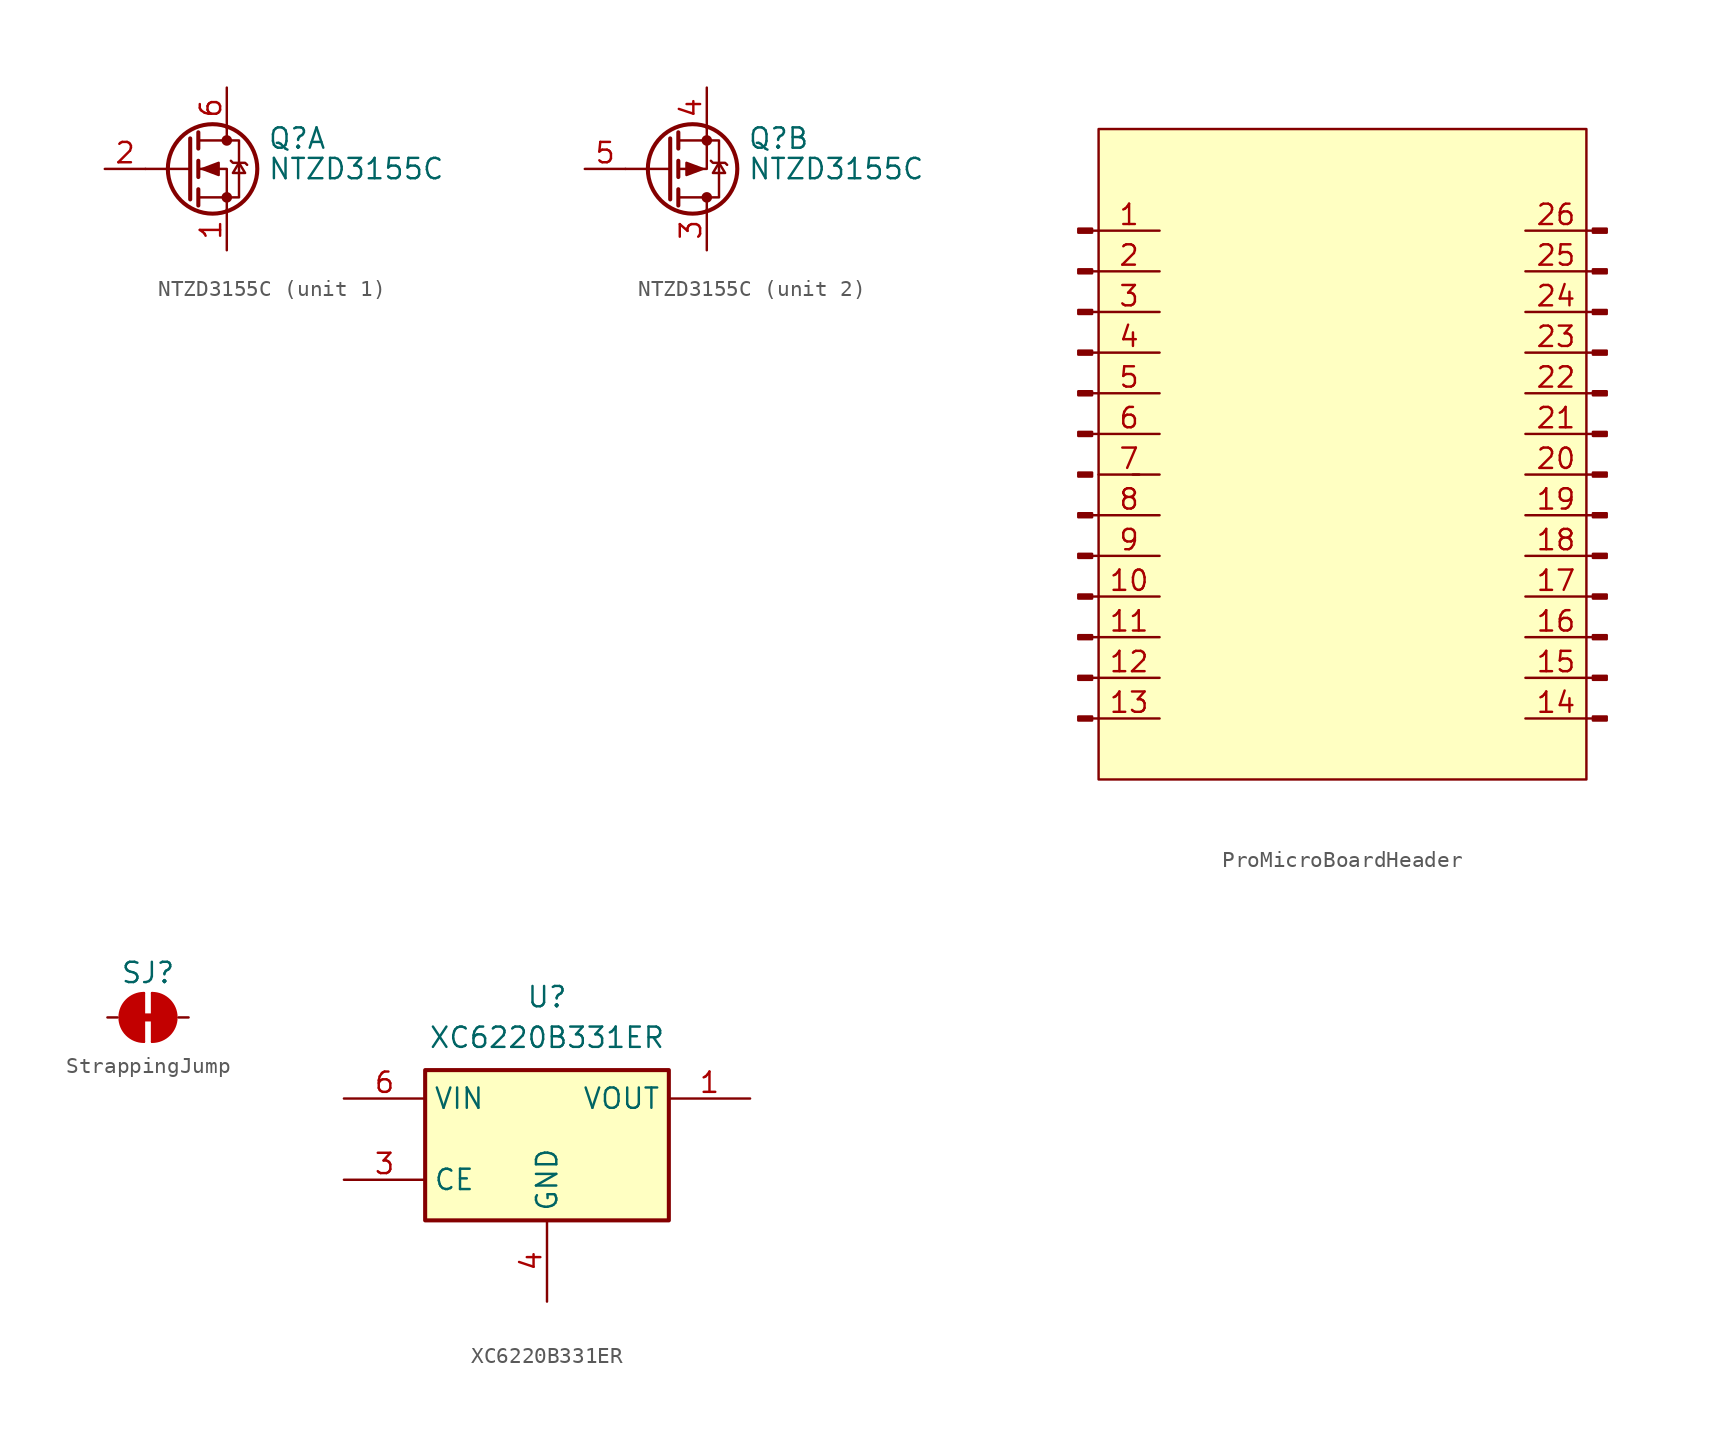
<source format=kicad_sym>
(kicad_symbol_lib
  (version 20241209)
  (generator "kicad_symbol_editor")
  (generator_version "9.0")
  (symbol "NTZD3155C"
    (pin_names
      (hide yes))
    (property "Reference" "Q"
      (at 5.08 1.905 0)
      (effects (font (size 1.27 1.27)) (justify left)))
    (property "Value" "NTZD3155C"
      (at 5.08 0 0)
      (effects (font (size 1.27 1.27)) (justify left)))
    (symbol "NTZD3155C_1_1"
      (polyline (pts (xy 0.254 0) (xy -2.54 0)) (stroke (width 0) (type default)) (fill (type none)))
      (polyline (pts (xy 0.254 -1.905) (xy 0.254 1.905)) (stroke (width 0.254) (type default)) (fill (type none)))
      (polyline (pts (xy 0.762 1.778) (xy 3.302 1.778) (xy 3.302 -1.778) (xy 0.762 -1.778)) (stroke (width 0) (type default)) (fill (type none)))
      (polyline (pts (xy 0.762 1.27) (xy 0.762 2.286)) (stroke (width 0.254) (type default)) (fill (type none)))
      (polyline (pts (xy 0.762 -0.508) (xy 0.762 0.508)) (stroke (width 0.254) (type default)) (fill (type none)))
      (polyline (pts (xy 0.762 -2.286) (xy 0.762 -1.27)) (stroke (width 0.254) (type default)) (fill (type none)))
      (polyline (pts (xy 1.016 0) (xy 2.032 -0.381) (xy 2.032 0.381) (xy 1.016 0)) (stroke (width 0) (type default)) (fill (type outline)))
      (circle (center 1.651 0) (radius 2.794) (stroke (width 0.254) (type default)) (fill (type none)))
      (polyline (pts (xy 2.54 1.905) (xy 2.54 2.54)) (stroke (width 0) (type default)) (fill (type none)))
      (circle (center 2.54 1.778) (radius 0.254) (stroke (width 0) (type default)) (fill (type outline)))
      (circle (center 2.54 -1.778) (radius 0.254) (stroke (width 0) (type default)) (fill (type outline)))
      (polyline (pts (xy 2.54 -2.54) (xy 2.54 0) (xy 0.762 0)) (stroke (width 0) (type default)) (fill (type none)))
      (polyline (pts (xy 2.794 0.508) (xy 2.921 0.381) (xy 3.683 0.381) (xy 3.81 0.254)) (stroke (width 0) (type default)) (fill (type none)))
      (polyline (pts (xy 3.302 0.381) (xy 2.921 -0.254) (xy 3.683 -0.254) (xy 3.302 0.381)) (stroke (width 0) (type default)) (fill (type none)))
      (pin input line (at -5.08 0 0) (length 2.54) (name "GN" (effects (font (size 1.27 1.27)))) (number "2" (effects (font (size 1.27 1.27)))))
      (pin passive line (at 2.54 5.08 270) (length 2.54) (name "DN" (effects (font (size 1.27 1.27)))) (number "6" (effects (font (size 1.27 1.27)))))
      (pin passive line (at 2.54 -5.08 90) (length 2.54) (name "SN" (effects (font (size 1.27 1.27)))) (number "1" (effects (font (size 1.27 1.27))))))
    (symbol "NTZD3155C_2_1"
      (polyline (pts (xy 0.254 1.905) (xy 0.254 -1.905)) (stroke (width 0.254) (type default)) (fill (type none)))
      (polyline (pts (xy 0.254 0) (xy -2.54 0)) (stroke (width 0) (type default)) (fill (type none)))
      (polyline (pts (xy 0.762 2.286) (xy 0.762 1.27)) (stroke (width 0.254) (type default)) (fill (type none)))
      (polyline (pts (xy 0.762 0.508) (xy 0.762 -0.508)) (stroke (width 0.254) (type default)) (fill (type none)))
      (polyline (pts (xy 0.762 -1.27) (xy 0.762 -2.286)) (stroke (width 0.254) (type default)) (fill (type none)))
      (polyline (pts (xy 0.762 -1.778) (xy 3.302 -1.778) (xy 3.302 1.778) (xy 0.762 1.778)) (stroke (width 0) (type default)) (fill (type none)))
      (circle (center 1.651 0) (radius 2.794) (stroke (width 0.254) (type default)) (fill (type none)))
      (polyline (pts (xy 2.286 0) (xy 1.27 -0.381) (xy 1.27 0.381) (xy 2.286 0)) (stroke (width 0) (type default)) (fill (type outline)))
      (polyline (pts (xy 2.54 2.54) (xy 2.54 0) (xy 0.762 0)) (stroke (width 0) (type default)) (fill (type none)))
      (circle (center 2.54 1.778) (radius 0.254) (stroke (width 0) (type default)) (fill (type outline)))
      (circle (center 2.54 -1.778) (radius 0.254) (stroke (width 0) (type default)) (fill (type outline)))
      (polyline (pts (xy 2.54 -1.905) (xy 2.54 -2.54)) (stroke (width 0) (type default)) (fill (type none)))
      (polyline (pts (xy 2.794 0.508) (xy 2.921 0.381) (xy 3.683 0.381) (xy 3.81 0.254)) (stroke (width 0) (type default)) (fill (type none)))
      (polyline (pts (xy 3.302 0.381) (xy 2.921 -0.254) (xy 3.683 -0.254) (xy 3.302 0.381)) (stroke (width 0) (type default)) (fill (type none)))
      (pin input line (at -5.08 0 0) (length 2.54) (name "GP" (effects (font (size 1.27 1.27)))) (number "5" (effects (font (size 1.27 1.27)))))
      (pin passive line (at 2.54 5.08 270) (length 2.54) (name "SP" (effects (font (size 1.27 1.27)))) (number "4" (effects (font (size 1.27 1.27)))))
      (pin passive line (at 2.54 -5.08 90) (length 2.54) (name "DP" (effects (font (size 1.27 1.27)))) (number "3" (effects (font (size 1.27 1.27)))))))
  (symbol "ProMicroBoardHeader"
    (pin_names
      (hide yes))
    (property "Reference" "BP"
      (at 0 0 0)
      (effects (font (size 1.27 1.27)) (hide yes)))
    (symbol "ProMicroBoardHeader_1_1"
      (rectangle (start -15.646 14.097) (end -16.51 13.843) (stroke (width 0.152) (type default)) (fill (type outline)))
      (rectangle (start -15.646 11.557) (end -16.51 11.303) (stroke (width 0.152) (type default)) (fill (type outline)))
      (rectangle (start -15.646 9.017) (end -16.51 8.763) (stroke (width 0.152) (type default)) (fill (type outline)))
      (rectangle (start -15.646 6.477) (end -16.51 6.223) (stroke (width 0.152) (type default)) (fill (type outline)))
      (rectangle (start -15.646 3.937) (end -16.51 3.683) (stroke (width 0.152) (type default)) (fill (type outline)))
      (rectangle (start -15.646 1.397) (end -16.51 1.143) (stroke (width 0.152) (type default)) (fill (type outline)))
      (rectangle (start -15.646 -1.143) (end -16.51 -1.397) (stroke (width 0.152) (type default)) (fill (type outline)))
      (rectangle (start -15.646 -3.683) (end -16.51 -3.937) (stroke (width 0.152) (type default)) (fill (type outline)))
      (rectangle (start -15.646 -6.223) (end -16.51 -6.477) (stroke (width 0.152) (type default)) (fill (type outline)))
      (rectangle (start -15.646 -8.763) (end -16.51 -9.017) (stroke (width 0.152) (type default)) (fill (type outline)))
      (rectangle (start -15.646 -11.303) (end -16.51 -11.557) (stroke (width 0.152) (type default)) (fill (type outline)))
      (rectangle (start -15.646 -13.843) (end -16.51 -14.097) (stroke (width 0.152) (type default)) (fill (type outline)))
      (rectangle (start -15.646 -16.383) (end -16.51 -16.637) (stroke (width 0.152) (type default)) (fill (type outline)))
      (rectangle (start -15.24 20.32) (end 15.24 -20.32) (stroke (width 0) (type solid)) (fill (type background)))
      (polyline (pts (xy -15.24 13.97) (xy -15.646 13.97)) (stroke (width 0.152) (type default)) (fill (type none)))
      (polyline (pts (xy -15.24 11.43) (xy -15.646 11.43)) (stroke (width 0.152) (type default)) (fill (type none)))
      (polyline (pts (xy -15.24 8.89) (xy -15.646 8.89)) (stroke (width 0.152) (type default)) (fill (type none)))
      (polyline (pts (xy -15.24 6.35) (xy -15.646 6.35)) (stroke (width 0.152) (type default)) (fill (type none)))
      (polyline (pts (xy -15.24 3.81) (xy -15.646 3.81)) (stroke (width 0.152) (type default)) (fill (type none)))
      (polyline (pts (xy -15.24 1.27) (xy -15.646 1.27)) (stroke (width 0.152) (type default)) (fill (type none)))
      (polyline (pts (xy -15.24 -3.81) (xy -15.646 -3.81)) (stroke (width 0.152) (type default)) (fill (type none)))
      (polyline (pts (xy -15.24 -6.35) (xy -15.646 -6.35)) (stroke (width 0.152) (type default)) (fill (type none)))
      (polyline (pts (xy -15.24 -8.89) (xy -15.646 -8.89)) (stroke (width 0.152) (type default)) (fill (type none)))
      (polyline (pts (xy -15.24 -11.43) (xy -15.646 -11.43)) (stroke (width 0.152) (type default)) (fill (type none)))
      (polyline (pts (xy -15.24 -13.97) (xy -15.646 -13.97)) (stroke (width 0.152) (type default)) (fill (type none)))
      (polyline (pts (xy -15.24 -16.51) (xy -15.646 -16.51)) (stroke (width 0.152) (type default)) (fill (type none)))
      (polyline (pts (xy -12.7 -1.27) (xy -13.106 -1.27)) (stroke (width 0.152) (type default)) (fill (type none)))
      (polyline (pts (xy 15.24 13.97) (xy 15.646 13.97)) (stroke (width 0.152) (type default)) (fill (type none)))
      (polyline (pts (xy 15.24 11.43) (xy 15.646 11.43)) (stroke (width 0.152) (type default)) (fill (type none)))
      (polyline (pts (xy 15.24 8.89) (xy 15.646 8.89)) (stroke (width 0.152) (type default)) (fill (type none)))
      (polyline (pts (xy 15.24 6.35) (xy 15.646 6.35)) (stroke (width 0.152) (type default)) (fill (type none)))
      (polyline (pts (xy 15.24 3.81) (xy 15.646 3.81)) (stroke (width 0.152) (type default)) (fill (type none)))
      (polyline (pts (xy 15.24 1.27) (xy 15.646 1.27)) (stroke (width 0.152) (type default)) (fill (type none)))
      (polyline (pts (xy 15.24 -1.27) (xy 15.646 -1.27)) (stroke (width 0.152) (type default)) (fill (type none)))
      (polyline (pts (xy 15.24 -3.81) (xy 15.646 -3.81)) (stroke (width 0.152) (type default)) (fill (type none)))
      (polyline (pts (xy 15.24 -6.35) (xy 15.646 -6.35)) (stroke (width 0.152) (type default)) (fill (type none)))
      (polyline (pts (xy 15.24 -8.89) (xy 15.646 -8.89)) (stroke (width 0.152) (type default)) (fill (type none)))
      (polyline (pts (xy 15.24 -11.43) (xy 15.646 -11.43)) (stroke (width 0.152) (type default)) (fill (type none)))
      (polyline (pts (xy 15.24 -13.97) (xy 15.646 -13.97)) (stroke (width 0.152) (type default)) (fill (type none)))
      (polyline (pts (xy 15.24 -16.51) (xy 15.646 -16.51)) (stroke (width 0.152) (type default)) (fill (type none)))
      (rectangle (start 15.646 14.097) (end 16.51 13.843) (stroke (width 0.152) (type default)) (fill (type outline)))
      (rectangle (start 15.646 11.557) (end 16.51 11.303) (stroke (width 0.152) (type default)) (fill (type outline)))
      (rectangle (start 15.646 9.017) (end 16.51 8.763) (stroke (width 0.152) (type default)) (fill (type outline)))
      (rectangle (start 15.646 6.477) (end 16.51 6.223) (stroke (width 0.152) (type default)) (fill (type outline)))
      (rectangle (start 15.646 3.937) (end 16.51 3.683) (stroke (width 0.152) (type default)) (fill (type outline)))
      (rectangle (start 15.646 1.397) (end 16.51 1.143) (stroke (width 0.152) (type default)) (fill (type outline)))
      (rectangle (start 15.646 -1.143) (end 16.51 -1.397) (stroke (width 0.152) (type default)) (fill (type outline)))
      (rectangle (start 15.646 -3.683) (end 16.51 -3.937) (stroke (width 0.152) (type default)) (fill (type outline)))
      (rectangle (start 15.646 -6.223) (end 16.51 -6.477) (stroke (width 0.152) (type default)) (fill (type outline)))
      (rectangle (start 15.646 -8.763) (end 16.51 -9.017) (stroke (width 0.152) (type default)) (fill (type outline)))
      (rectangle (start 15.646 -11.303) (end 16.51 -11.557) (stroke (width 0.152) (type default)) (fill (type outline)))
      (rectangle (start 15.646 -13.843) (end 16.51 -14.097) (stroke (width 0.152) (type default)) (fill (type outline)))
      (rectangle (start 15.646 -16.383) (end 16.51 -16.637) (stroke (width 0.152) (type default)) (fill (type outline)))
      (pin passive line (at -11.43 13.97 180) (length 3.81) (name "Pin_1" (effects (font (size 1.27 1.27)))) (number "1" (effects (font (size 1.27 1.27)))))
      (pin passive line (at -11.43 11.43 180) (length 3.81) (name "Pin_2" (effects (font (size 1.27 1.27)))) (number "2" (effects (font (size 1.27 1.27)))))
      (pin passive line (at -11.43 8.89 180) (length 3.81) (name "Pin_3" (effects (font (size 1.27 1.27)))) (number "3" (effects (font (size 1.27 1.27)))))
      (pin passive line (at -11.43 6.35 180) (length 3.81) (name "Pin_4" (effects (font (size 1.27 1.27)))) (number "4" (effects (font (size 1.27 1.27)))))
      (pin passive line (at -11.43 3.81 180) (length 3.81) (name "Pin_5" (effects (font (size 1.27 1.27)))) (number "5" (effects (font (size 1.27 1.27)))))
      (pin passive line (at -11.43 1.27 180) (length 3.81) (name "Pin_6" (effects (font (size 1.27 1.27)))) (number "6" (effects (font (size 1.27 1.27)))))
      (pin passive line (at -11.43 -1.27 180) (length 3.81) (name "Pin_7" (effects (font (size 1.27 1.27)))) (number "7" (effects (font (size 1.27 1.27)))))
      (pin passive line (at -11.43 -3.81 180) (length 3.81) (name "Pin_8" (effects (font (size 1.27 1.27)))) (number "8" (effects (font (size 1.27 1.27)))))
      (pin passive line (at -11.43 -6.35 180) (length 3.81) (name "Pin_9" (effects (font (size 1.27 1.27)))) (number "9" (effects (font (size 1.27 1.27)))))
      (pin passive line (at -11.43 -8.89 180) (length 3.81) (name "Pin_10" (effects (font (size 1.27 1.27)))) (number "10" (effects (font (size 1.27 1.27)))))
      (pin passive line (at -11.43 -11.43 180) (length 3.81) (name "Pin_11" (effects (font (size 1.27 1.27)))) (number "11" (effects (font (size 1.27 1.27)))))
      (pin passive line (at -11.43 -13.97 180) (length 3.81) (name "Pin_12" (effects (font (size 1.27 1.27)))) (number "12" (effects (font (size 1.27 1.27)))))
      (pin passive line (at -11.43 -16.51 180) (length 3.81) (name "Pin_13" (effects (font (size 1.27 1.27)))) (number "13" (effects (font (size 1.27 1.27)))))
      (pin passive line (at 11.43 13.97 0) (length 3.81) (name "Pin_26" (effects (font (size 1.27 1.27)))) (number "26" (effects (font (size 1.27 1.27)))))
      (pin passive line (at 11.43 11.43 0) (length 3.81) (name "Pin_25" (effects (font (size 1.27 1.27)))) (number "25" (effects (font (size 1.27 1.27)))))
      (pin passive line (at 11.43 8.89 0) (length 3.81) (name "Pin_24" (effects (font (size 1.27 1.27)))) (number "24" (effects (font (size 1.27 1.27)))))
      (pin passive line (at 11.43 6.35 0) (length 3.81) (name "Pin_23" (effects (font (size 1.27 1.27)))) (number "23" (effects (font (size 1.27 1.27)))))
      (pin passive line (at 11.43 3.81 0) (length 3.81) (name "Pin_22" (effects (font (size 1.27 1.27)))) (number "22" (effects (font (size 1.27 1.27)))))
      (pin passive line (at 11.43 1.27 0) (length 3.81) (name "Pin_21" (effects (font (size 1.27 1.27)))) (number "21" (effects (font (size 1.27 1.27)))))
      (pin passive line (at 11.43 -1.27 0) (length 3.81) (name "Pin_20" (effects (font (size 1.27 1.27)))) (number "20" (effects (font (size 1.27 1.27)))))
      (pin passive line (at 11.43 -3.81 0) (length 3.81) (name "Pin_19" (effects (font (size 1.27 1.27)))) (number "19" (effects (font (size 1.27 1.27)))))
      (pin passive line (at 11.43 -6.35 0) (length 3.81) (name "Pin_18" (effects (font (size 1.27 1.27)))) (number "18" (effects (font (size 1.27 1.27)))))
      (pin passive line (at 11.43 -8.89 0) (length 3.81) (name "Pin_17" (effects (font (size 1.27 1.27)))) (number "17" (effects (font (size 1.27 1.27)))))
      (pin passive line (at 11.43 -11.43 0) (length 3.81) (name "Pin_16" (effects (font (size 1.27 1.27)))) (number "16" (effects (font (size 1.27 1.27)))))
      (pin passive line (at 11.43 -13.97 0) (length 3.81) (name "Pin_15" (effects (font (size 1.27 1.27)))) (number "15" (effects (font (size 1.27 1.27)))))
      (pin passive line (at 11.43 -16.51 0) (length 3.81) (name "Pin_14" (effects (font (size 1.27 1.27)))) (number "14" (effects (font (size 1.27 1.27)))))))
  (symbol "StrappingJump"
    (pin_numbers
      (hide yes))
    (pin_names
      (hide yes))
    (property "Reference" "SJ"
      (at 0 2.794 0)
      (effects (font (size 1.27 1.27))))
    (symbol "StrappingJump_0_1"
      (arc (start -0.254 -1.524) (mid -1.778 0) (end -0.254 1.524) (stroke (width 0) (type default) (color 194 0 0 1)) (fill (type outline)))
      (polyline (pts (xy -0.254 -1.524) (xy -0.254 1.524)) (stroke (width 0) (type default) (color 194 0 0 1)) (fill (type outline)))
      (arc (start 0.254 1.524) (mid 1.778 0) (end 0.254 -1.524) (stroke (width 0) (type default) (color 194 0 0 1)) (fill (type outline)))
      (polyline (pts (xy 0.254 -1.524) (xy 0.254 1.524)) (stroke (width 0) (type default) (color 194 0 0 1)) (fill (type outline))))
    (symbol "StrappingJump_1_1"
      (polyline (pts (xy 1.524 0) (xy -1.524 0)) (stroke (width 0.508) (type solid) (color 194 0 0 1)) (fill (type none)))
      (pin passive line (at -2.54 0 0) (length 0.635) (name "1" (effects (font (size 1.27 1.27)))) (number "1" (effects (font (size 1.27 1.27)))))
      (pin passive line (at 2.54 0 180) (length 0.635) (name "2" (effects (font (size 1.27 1.27)))) (number "2" (effects (font (size 1.27 1.27)))))))
  (symbol "XC6220B331ER"
    (property "Reference" "U"
      (at 0 8.89 0)
      (effects (font (size 1.27 1.27))))
    (property "Value" "XC6220B331ER"
      (at 0 6.35 0)
      (effects (font (size 1.27 1.27))))
    (symbol "XC6220B331ER_0_1"
      (rectangle (start -7.62 4.318) (end 7.62 -5.08) (stroke (width 0.254) (type default)) (fill (type background))))
    (symbol "XC6220B331ER_1_1"
      (pin power_out line (at -12.7 2.54 0) (length 5.08) (hide yes) (name "VIN" (effects (font (size 1.27 1.27)))) (number "5" (effects (font (size 1.27 1.27)))))
      (pin power_out line (at -12.7 2.54 0) (length 5.08) (name "VIN" (effects (font (size 1.27 1.27)))) (number "6" (effects (font (size 1.27 1.27)))))
      (pin input line (at -12.7 -2.54 0) (length 5.08) (name "CE" (effects (font (size 1.27 1.27)))) (number "3" (effects (font (size 1.27 1.27)))))
      (pin power_in line (at 0 -10.16 90) (length 5.08) (name "GND" (effects (font (size 1.27 1.27)))) (number "4" (effects (font (size 1.27 1.27)))))
      (pin power_in line (at 0 -10.16 90) (length 5.08) (hide yes) (name "EP" (effects (font (size 1.27 1.27)))) (number "EP" (effects (font (size 1.27 1.27)))))
      (pin power_in line (at 12.7 2.54 180) (length 5.08) (name "VOUT" (effects (font (size 1.27 1.27)))) (number "1" (effects (font (size 1.27 1.27)))))
      (pin power_in line (at 12.7 2.54 180) (length 5.08) (hide yes) (name "VOUT" (effects (font (size 1.27 1.27)))) (number "2" (effects (font (size 1.27 1.27))))))))
</source>
